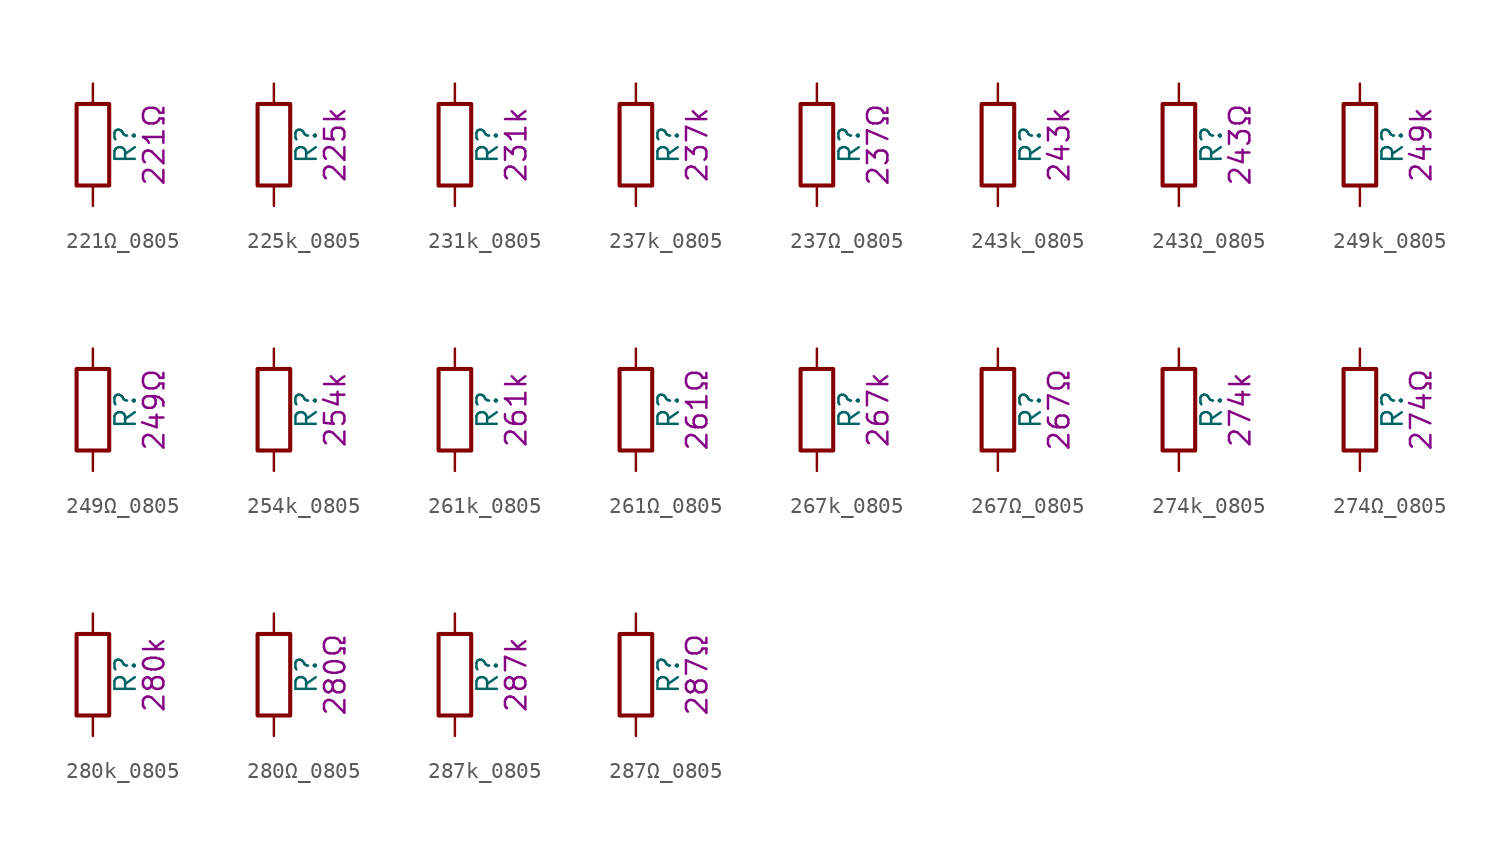
<source format=kicad_sym>
(kicad_symbol_lib
  (version 20211014)
  (generator kicad_symbol_editor)
  (symbol "221Ω_0805"
    (pin_numbers hide)
    (pin_names
      (offset 0))
    (property "Reference" "R"
      (at 2.032 0 90)
      (effects (font (size 1.27 1.27))))
    (property "Display" "221Ω"
      (at 3.81 0 90)
      (effects (font (size 1.27 1.27))))
    (symbol "221Ω_0805_0_1"
      (rectangle (start -1.016 -2.54) (end 1.016 2.54) (stroke (width 0.254) (type default) (color 0 0 0 0)) (fill (type none))))
    (symbol "221Ω_0805_1_1"
      (pin passive line (at 0 3.81 270) (length 1.27) (name "~" (effects (font (size 1.27 1.27)))) (number "1" (effects (font (size 1.27 1.27)))))
      (pin passive line (at 0 -3.81 90) (length 1.27) (name "~" (effects (font (size 1.27 1.27)))) (number "2" (effects (font (size 1.27 1.27)))))))
  (symbol "225k_0805"
    (pin_numbers hide)
    (pin_names
      (offset 0))
    (property "Reference" "R"
      (at 2.032 0 90)
      (effects (font (size 1.27 1.27))))
    (property "Display" "225k"
      (at 3.81 0 90)
      (effects (font (size 1.27 1.27))))
    (symbol "225k_0805_0_1"
      (rectangle (start -1.016 -2.54) (end 1.016 2.54) (stroke (width 0.254) (type default) (color 0 0 0 0)) (fill (type none))))
    (symbol "225k_0805_1_1"
      (pin passive line (at 0 3.81 270) (length 1.27) (name "~" (effects (font (size 1.27 1.27)))) (number "1" (effects (font (size 1.27 1.27)))))
      (pin passive line (at 0 -3.81 90) (length 1.27) (name "~" (effects (font (size 1.27 1.27)))) (number "2" (effects (font (size 1.27 1.27)))))))
  (symbol "231k_0805"
    (pin_numbers hide)
    (pin_names
      (offset 0))
    (property "Reference" "R"
      (at 2.032 0 90)
      (effects (font (size 1.27 1.27))))
    (property "Display" "231k"
      (at 3.81 0 90)
      (effects (font (size 1.27 1.27))))
    (symbol "231k_0805_0_1"
      (rectangle (start -1.016 -2.54) (end 1.016 2.54) (stroke (width 0.254) (type default) (color 0 0 0 0)) (fill (type none))))
    (symbol "231k_0805_1_1"
      (pin passive line (at 0 3.81 270) (length 1.27) (name "~" (effects (font (size 1.27 1.27)))) (number "1" (effects (font (size 1.27 1.27)))))
      (pin passive line (at 0 -3.81 90) (length 1.27) (name "~" (effects (font (size 1.27 1.27)))) (number "2" (effects (font (size 1.27 1.27)))))))
  (symbol "237k_0805"
    (pin_numbers hide)
    (pin_names
      (offset 0))
    (property "Reference" "R"
      (at 2.032 0 90)
      (effects (font (size 1.27 1.27))))
    (property "Display" "237k"
      (at 3.81 0 90)
      (effects (font (size 1.27 1.27))))
    (symbol "237k_0805_0_1"
      (rectangle (start -1.016 -2.54) (end 1.016 2.54) (stroke (width 0.254) (type default) (color 0 0 0 0)) (fill (type none))))
    (symbol "237k_0805_1_1"
      (pin passive line (at 0 3.81 270) (length 1.27) (name "~" (effects (font (size 1.27 1.27)))) (number "1" (effects (font (size 1.27 1.27)))))
      (pin passive line (at 0 -3.81 90) (length 1.27) (name "~" (effects (font (size 1.27 1.27)))) (number "2" (effects (font (size 1.27 1.27)))))))
  (symbol "237Ω_0805"
    (pin_numbers hide)
    (pin_names
      (offset 0))
    (property "Reference" "R"
      (at 2.032 0 90)
      (effects (font (size 1.27 1.27))))
    (property "Display" "237Ω"
      (at 3.81 0 90)
      (effects (font (size 1.27 1.27))))
    (symbol "237Ω_0805_0_1"
      (rectangle (start -1.016 -2.54) (end 1.016 2.54) (stroke (width 0.254) (type default) (color 0 0 0 0)) (fill (type none))))
    (symbol "237Ω_0805_1_1"
      (pin passive line (at 0 3.81 270) (length 1.27) (name "~" (effects (font (size 1.27 1.27)))) (number "1" (effects (font (size 1.27 1.27)))))
      (pin passive line (at 0 -3.81 90) (length 1.27) (name "~" (effects (font (size 1.27 1.27)))) (number "2" (effects (font (size 1.27 1.27)))))))
  (symbol "243k_0805"
    (pin_numbers hide)
    (pin_names
      (offset 0))
    (property "Reference" "R"
      (at 2.032 0 90)
      (effects (font (size 1.27 1.27))))
    (property "Display" "243k"
      (at 3.81 0 90)
      (effects (font (size 1.27 1.27))))
    (symbol "243k_0805_0_1"
      (rectangle (start -1.016 -2.54) (end 1.016 2.54) (stroke (width 0.254) (type default) (color 0 0 0 0)) (fill (type none))))
    (symbol "243k_0805_1_1"
      (pin passive line (at 0 3.81 270) (length 1.27) (name "~" (effects (font (size 1.27 1.27)))) (number "1" (effects (font (size 1.27 1.27)))))
      (pin passive line (at 0 -3.81 90) (length 1.27) (name "~" (effects (font (size 1.27 1.27)))) (number "2" (effects (font (size 1.27 1.27)))))))
  (symbol "243Ω_0805"
    (pin_numbers hide)
    (pin_names
      (offset 0))
    (property "Reference" "R"
      (at 2.032 0 90)
      (effects (font (size 1.27 1.27))))
    (property "Display" "243Ω"
      (at 3.81 0 90)
      (effects (font (size 1.27 1.27))))
    (symbol "243Ω_0805_0_1"
      (rectangle (start -1.016 -2.54) (end 1.016 2.54) (stroke (width 0.254) (type default) (color 0 0 0 0)) (fill (type none))))
    (symbol "243Ω_0805_1_1"
      (pin passive line (at 0 3.81 270) (length 1.27) (name "~" (effects (font (size 1.27 1.27)))) (number "1" (effects (font (size 1.27 1.27)))))
      (pin passive line (at 0 -3.81 90) (length 1.27) (name "~" (effects (font (size 1.27 1.27)))) (number "2" (effects (font (size 1.27 1.27)))))))
  (symbol "249k_0805"
    (pin_numbers hide)
    (pin_names
      (offset 0))
    (property "Reference" "R"
      (at 2.032 0 90)
      (effects (font (size 1.27 1.27))))
    (property "Display" "249k"
      (at 3.81 0 90)
      (effects (font (size 1.27 1.27))))
    (symbol "249k_0805_0_1"
      (rectangle (start -1.016 -2.54) (end 1.016 2.54) (stroke (width 0.254) (type default) (color 0 0 0 0)) (fill (type none))))
    (symbol "249k_0805_1_1"
      (pin passive line (at 0 3.81 270) (length 1.27) (name "~" (effects (font (size 1.27 1.27)))) (number "1" (effects (font (size 1.27 1.27)))))
      (pin passive line (at 0 -3.81 90) (length 1.27) (name "~" (effects (font (size 1.27 1.27)))) (number "2" (effects (font (size 1.27 1.27)))))))
  (symbol "249Ω_0805"
    (pin_numbers hide)
    (pin_names
      (offset 0))
    (property "Reference" "R"
      (at 2.032 0 90)
      (effects (font (size 1.27 1.27))))
    (property "Display" "249Ω"
      (at 3.81 0 90)
      (effects (font (size 1.27 1.27))))
    (symbol "249Ω_0805_0_1"
      (rectangle (start -1.016 -2.54) (end 1.016 2.54) (stroke (width 0.254) (type default) (color 0 0 0 0)) (fill (type none))))
    (symbol "249Ω_0805_1_1"
      (pin passive line (at 0 3.81 270) (length 1.27) (name "~" (effects (font (size 1.27 1.27)))) (number "1" (effects (font (size 1.27 1.27)))))
      (pin passive line (at 0 -3.81 90) (length 1.27) (name "~" (effects (font (size 1.27 1.27)))) (number "2" (effects (font (size 1.27 1.27)))))))
  (symbol "254k_0805"
    (pin_numbers hide)
    (pin_names
      (offset 0))
    (property "Reference" "R"
      (at 2.032 0 90)
      (effects (font (size 1.27 1.27))))
    (property "Display" "254k"
      (at 3.81 0 90)
      (effects (font (size 1.27 1.27))))
    (symbol "254k_0805_0_1"
      (rectangle (start -1.016 -2.54) (end 1.016 2.54) (stroke (width 0.254) (type default) (color 0 0 0 0)) (fill (type none))))
    (symbol "254k_0805_1_1"
      (pin passive line (at 0 3.81 270) (length 1.27) (name "~" (effects (font (size 1.27 1.27)))) (number "1" (effects (font (size 1.27 1.27)))))
      (pin passive line (at 0 -3.81 90) (length 1.27) (name "~" (effects (font (size 1.27 1.27)))) (number "2" (effects (font (size 1.27 1.27)))))))
  (symbol "261k_0805"
    (pin_numbers hide)
    (pin_names
      (offset 0))
    (property "Reference" "R"
      (at 2.032 0 90)
      (effects (font (size 1.27 1.27))))
    (property "Display" "261k"
      (at 3.81 0 90)
      (effects (font (size 1.27 1.27))))
    (symbol "261k_0805_0_1"
      (rectangle (start -1.016 -2.54) (end 1.016 2.54) (stroke (width 0.254) (type default) (color 0 0 0 0)) (fill (type none))))
    (symbol "261k_0805_1_1"
      (pin passive line (at 0 3.81 270) (length 1.27) (name "~" (effects (font (size 1.27 1.27)))) (number "1" (effects (font (size 1.27 1.27)))))
      (pin passive line (at 0 -3.81 90) (length 1.27) (name "~" (effects (font (size 1.27 1.27)))) (number "2" (effects (font (size 1.27 1.27)))))))
  (symbol "261Ω_0805"
    (pin_numbers hide)
    (pin_names
      (offset 0))
    (property "Reference" "R"
      (at 2.032 0 90)
      (effects (font (size 1.27 1.27))))
    (property "Display" "261Ω"
      (at 3.81 0 90)
      (effects (font (size 1.27 1.27))))
    (symbol "261Ω_0805_0_1"
      (rectangle (start -1.016 -2.54) (end 1.016 2.54) (stroke (width 0.254) (type default) (color 0 0 0 0)) (fill (type none))))
    (symbol "261Ω_0805_1_1"
      (pin passive line (at 0 3.81 270) (length 1.27) (name "~" (effects (font (size 1.27 1.27)))) (number "1" (effects (font (size 1.27 1.27)))))
      (pin passive line (at 0 -3.81 90) (length 1.27) (name "~" (effects (font (size 1.27 1.27)))) (number "2" (effects (font (size 1.27 1.27)))))))
  (symbol "267k_0805"
    (pin_numbers hide)
    (pin_names
      (offset 0))
    (property "Reference" "R"
      (at 2.032 0 90)
      (effects (font (size 1.27 1.27))))
    (property "Display" "267k"
      (at 3.81 0 90)
      (effects (font (size 1.27 1.27))))
    (symbol "267k_0805_0_1"
      (rectangle (start -1.016 -2.54) (end 1.016 2.54) (stroke (width 0.254) (type default) (color 0 0 0 0)) (fill (type none))))
    (symbol "267k_0805_1_1"
      (pin passive line (at 0 3.81 270) (length 1.27) (name "~" (effects (font (size 1.27 1.27)))) (number "1" (effects (font (size 1.27 1.27)))))
      (pin passive line (at 0 -3.81 90) (length 1.27) (name "~" (effects (font (size 1.27 1.27)))) (number "2" (effects (font (size 1.27 1.27)))))))
  (symbol "267Ω_0805"
    (pin_numbers hide)
    (pin_names
      (offset 0))
    (property "Reference" "R"
      (at 2.032 0 90)
      (effects (font (size 1.27 1.27))))
    (property "Display" "267Ω"
      (at 3.81 0 90)
      (effects (font (size 1.27 1.27))))
    (symbol "267Ω_0805_0_1"
      (rectangle (start -1.016 -2.54) (end 1.016 2.54) (stroke (width 0.254) (type default) (color 0 0 0 0)) (fill (type none))))
    (symbol "267Ω_0805_1_1"
      (pin passive line (at 0 3.81 270) (length 1.27) (name "~" (effects (font (size 1.27 1.27)))) (number "1" (effects (font (size 1.27 1.27)))))
      (pin passive line (at 0 -3.81 90) (length 1.27) (name "~" (effects (font (size 1.27 1.27)))) (number "2" (effects (font (size 1.27 1.27)))))))
  (symbol "274k_0805"
    (pin_numbers hide)
    (pin_names
      (offset 0))
    (property "Reference" "R"
      (at 2.032 0 90)
      (effects (font (size 1.27 1.27))))
    (property "Display" "274k"
      (at 3.81 0 90)
      (effects (font (size 1.27 1.27))))
    (symbol "274k_0805_0_1"
      (rectangle (start -1.016 -2.54) (end 1.016 2.54) (stroke (width 0.254) (type default) (color 0 0 0 0)) (fill (type none))))
    (symbol "274k_0805_1_1"
      (pin passive line (at 0 3.81 270) (length 1.27) (name "~" (effects (font (size 1.27 1.27)))) (number "1" (effects (font (size 1.27 1.27)))))
      (pin passive line (at 0 -3.81 90) (length 1.27) (name "~" (effects (font (size 1.27 1.27)))) (number "2" (effects (font (size 1.27 1.27)))))))
  (symbol "274Ω_0805"
    (pin_numbers hide)
    (pin_names
      (offset 0))
    (property "Reference" "R"
      (at 2.032 0 90)
      (effects (font (size 1.27 1.27))))
    (property "Display" "274Ω"
      (at 3.81 0 90)
      (effects (font (size 1.27 1.27))))
    (symbol "274Ω_0805_0_1"
      (rectangle (start -1.016 -2.54) (end 1.016 2.54) (stroke (width 0.254) (type default) (color 0 0 0 0)) (fill (type none))))
    (symbol "274Ω_0805_1_1"
      (pin passive line (at 0 3.81 270) (length 1.27) (name "~" (effects (font (size 1.27 1.27)))) (number "1" (effects (font (size 1.27 1.27)))))
      (pin passive line (at 0 -3.81 90) (length 1.27) (name "~" (effects (font (size 1.27 1.27)))) (number "2" (effects (font (size 1.27 1.27)))))))
  (symbol "280k_0805"
    (pin_numbers hide)
    (pin_names
      (offset 0))
    (property "Reference" "R"
      (at 2.032 0 90)
      (effects (font (size 1.27 1.27))))
    (property "Display" "280k"
      (at 3.81 0 90)
      (effects (font (size 1.27 1.27))))
    (symbol "280k_0805_0_1"
      (rectangle (start -1.016 -2.54) (end 1.016 2.54) (stroke (width 0.254) (type default) (color 0 0 0 0)) (fill (type none))))
    (symbol "280k_0805_1_1"
      (pin passive line (at 0 3.81 270) (length 1.27) (name "~" (effects (font (size 1.27 1.27)))) (number "1" (effects (font (size 1.27 1.27)))))
      (pin passive line (at 0 -3.81 90) (length 1.27) (name "~" (effects (font (size 1.27 1.27)))) (number "2" (effects (font (size 1.27 1.27)))))))
  (symbol "280Ω_0805"
    (pin_numbers hide)
    (pin_names
      (offset 0))
    (property "Reference" "R"
      (at 2.032 0 90)
      (effects (font (size 1.27 1.27))))
    (property "Display" "280Ω"
      (at 3.81 0 90)
      (effects (font (size 1.27 1.27))))
    (symbol "280Ω_0805_0_1"
      (rectangle (start -1.016 -2.54) (end 1.016 2.54) (stroke (width 0.254) (type default) (color 0 0 0 0)) (fill (type none))))
    (symbol "280Ω_0805_1_1"
      (pin passive line (at 0 3.81 270) (length 1.27) (name "~" (effects (font (size 1.27 1.27)))) (number "1" (effects (font (size 1.27 1.27)))))
      (pin passive line (at 0 -3.81 90) (length 1.27) (name "~" (effects (font (size 1.27 1.27)))) (number "2" (effects (font (size 1.27 1.27)))))))
  (symbol "287k_0805"
    (pin_numbers hide)
    (pin_names
      (offset 0))
    (property "Reference" "R"
      (at 2.032 0 90)
      (effects (font (size 1.27 1.27))))
    (property "Display" "287k"
      (at 3.81 0 90)
      (effects (font (size 1.27 1.27))))
    (symbol "287k_0805_0_1"
      (rectangle (start -1.016 -2.54) (end 1.016 2.54) (stroke (width 0.254) (type default) (color 0 0 0 0)) (fill (type none))))
    (symbol "287k_0805_1_1"
      (pin passive line (at 0 3.81 270) (length 1.27) (name "~" (effects (font (size 1.27 1.27)))) (number "1" (effects (font (size 1.27 1.27)))))
      (pin passive line (at 0 -3.81 90) (length 1.27) (name "~" (effects (font (size 1.27 1.27)))) (number "2" (effects (font (size 1.27 1.27)))))))
  (symbol "287Ω_0805"
    (pin_numbers hide)
    (pin_names
      (offset 0))
    (property "Reference" "R"
      (at 2.032 0 90)
      (effects (font (size 1.27 1.27))))
    (property "Display" "287Ω"
      (at 3.81 0 90)
      (effects (font (size 1.27 1.27))))
    (symbol "287Ω_0805_0_1"
      (rectangle (start -1.016 -2.54) (end 1.016 2.54) (stroke (width 0.254) (type default) (color 0 0 0 0)) (fill (type none))))
    (symbol "287Ω_0805_1_1"
      (pin passive line (at 0 3.81 270) (length 1.27) (name "~" (effects (font (size 1.27 1.27)))) (number "1" (effects (font (size 1.27 1.27)))))
      (pin passive line (at 0 -3.81 90) (length 1.27) (name "~" (effects (font (size 1.27 1.27)))) (number "2" (effects (font (size 1.27 1.27))))))))
</source>
